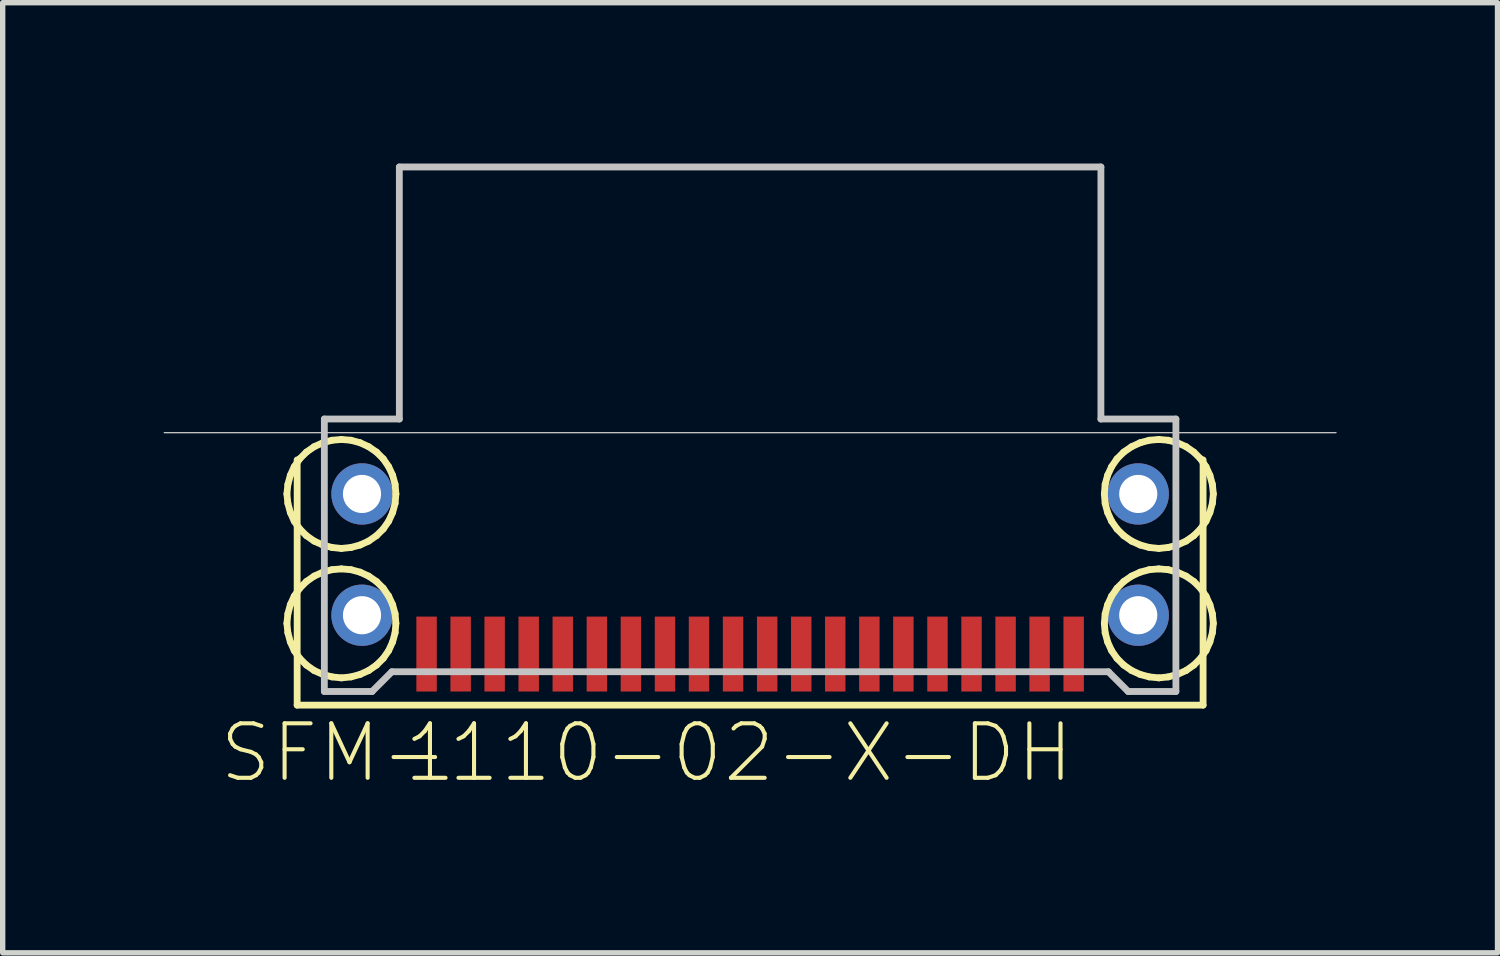
<source format=kicad_pcb>
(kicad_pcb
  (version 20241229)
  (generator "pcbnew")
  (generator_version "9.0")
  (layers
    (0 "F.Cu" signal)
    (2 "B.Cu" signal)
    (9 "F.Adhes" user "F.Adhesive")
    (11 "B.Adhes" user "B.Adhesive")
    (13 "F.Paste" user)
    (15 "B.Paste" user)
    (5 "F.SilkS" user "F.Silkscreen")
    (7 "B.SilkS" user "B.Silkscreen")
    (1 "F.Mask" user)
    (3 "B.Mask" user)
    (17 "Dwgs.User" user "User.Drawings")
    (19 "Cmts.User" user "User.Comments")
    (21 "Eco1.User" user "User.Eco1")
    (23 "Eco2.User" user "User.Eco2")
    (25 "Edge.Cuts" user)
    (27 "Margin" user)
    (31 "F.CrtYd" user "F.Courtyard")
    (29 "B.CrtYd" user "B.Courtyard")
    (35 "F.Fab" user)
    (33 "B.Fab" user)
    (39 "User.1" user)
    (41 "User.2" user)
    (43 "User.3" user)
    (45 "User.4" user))
  (footprint "SFM-110-02-X-DH"
    (layer "F.Cu")
    (at 10.935 5.016)
    (property "Reference" "SFM-110-02-X-DH" (at -1.93 5.969 0) (layer "F.SilkS") (effects (font (size 1.016 1.016) (thickness 0.076))))
    (attr smd)
    (fp_line (start -8.636 1.143) (end -8.618 0.965) (stroke (width 0.127) (type solid)) (layer "F.SilkS"))
    (fp_line (start -8.636 3.556) (end -8.618 3.378) (stroke (width 0.127) (type solid)) (layer "F.SilkS"))
    (fp_line (start -8.618 0.965) (end -8.572 0.795) (stroke (width 0.127) (type solid)) (layer "F.SilkS"))
    (fp_line (start -8.618 1.318) (end -8.636 1.143) (stroke (width 0.127) (type solid)) (layer "F.SilkS"))
    (fp_line (start -8.618 3.378) (end -8.572 3.208) (stroke (width 0.127) (type solid)) (layer "F.SilkS"))
    (fp_line (start -8.618 3.731) (end -8.636 3.556) (stroke (width 0.127) (type solid)) (layer "F.SilkS"))
    (fp_line (start -8.572 0.795) (end -8.499 0.635) (stroke (width 0.127) (type solid)) (layer "F.SilkS"))
    (fp_line (start -8.572 1.488) (end -8.618 1.318) (stroke (width 0.127) (type solid)) (layer "F.SilkS"))
    (fp_line (start -8.572 3.208) (end -8.499 3.048) (stroke (width 0.127) (type solid)) (layer "F.SilkS"))
    (fp_line (start -8.572 3.901) (end -8.618 3.731) (stroke (width 0.127) (type solid)) (layer "F.SilkS"))
    (fp_line (start -8.499 0.635) (end -8.397 0.488) (stroke (width 0.127) (type solid)) (layer "F.SilkS"))
    (fp_line (start -8.499 1.651) (end -8.572 1.488) (stroke (width 0.127) (type solid)) (layer "F.SilkS"))
    (fp_line (start -8.499 3.048) (end -8.397 2.901) (stroke (width 0.127) (type solid)) (layer "F.SilkS"))
    (fp_line (start -8.499 4.064) (end -8.572 3.901) (stroke (width 0.127) (type solid)) (layer "F.SilkS"))
    (fp_line (start -8.445 0.508) (end -8.445 5.08) (stroke (width 0.127) (type solid)) (layer "F.SilkS"))
    (fp_line (start -8.445 5.08) (end 8.445 5.08) (stroke (width 0.127) (type solid)) (layer "F.SilkS"))
    (fp_line (start -8.397 0.488) (end -8.273 0.363) (stroke (width 0.127) (type solid)) (layer "F.SilkS"))
    (fp_line (start -8.397 1.796) (end -8.499 1.651) (stroke (width 0.127) (type solid)) (layer "F.SilkS"))
    (fp_line (start -8.397 2.901) (end -8.273 2.776) (stroke (width 0.127) (type solid)) (layer "F.SilkS"))
    (fp_line (start -8.397 4.209) (end -8.499 4.064) (stroke (width 0.127) (type solid)) (layer "F.SilkS"))
    (fp_line (start -8.273 0.363) (end -8.128 0.262) (stroke (width 0.127) (type solid)) (layer "F.SilkS"))
    (fp_line (start -8.273 1.92) (end -8.397 1.796) (stroke (width 0.127) (type solid)) (layer "F.SilkS"))
    (fp_line (start -8.273 2.776) (end -8.128 2.675) (stroke (width 0.127) (type solid)) (layer "F.SilkS"))
    (fp_line (start -8.273 4.333) (end -8.397 4.209) (stroke (width 0.127) (type solid)) (layer "F.SilkS"))
    (fp_line (start -8.128 0.262) (end -7.965 0.188) (stroke (width 0.127) (type solid)) (layer "F.SilkS"))
    (fp_line (start -8.128 2.022) (end -8.273 1.92) (stroke (width 0.127) (type solid)) (layer "F.SilkS"))
    (fp_line (start -8.128 2.675) (end -7.965 2.601) (stroke (width 0.127) (type solid)) (layer "F.SilkS"))
    (fp_line (start -8.128 4.435) (end -8.273 4.333) (stroke (width 0.127) (type solid)) (layer "F.SilkS"))
    (fp_line (start -7.965 0.188) (end -7.795 0.142) (stroke (width 0.127) (type solid)) (layer "F.SilkS"))
    (fp_line (start -7.965 2.095) (end -8.128 2.022) (stroke (width 0.127) (type solid)) (layer "F.SilkS"))
    (fp_line (start -7.965 2.601) (end -7.795 2.555) (stroke (width 0.127) (type solid)) (layer "F.SilkS"))
    (fp_line (start -7.965 4.508) (end -8.128 4.435) (stroke (width 0.127) (type solid)) (layer "F.SilkS"))
    (fp_line (start -7.795 0.142) (end -7.62 0.127) (stroke (width 0.127) (type solid)) (layer "F.SilkS"))
    (fp_line (start -7.795 2.141) (end -7.965 2.095) (stroke (width 0.127) (type solid)) (layer "F.SilkS"))
    (fp_line (start -7.795 2.555) (end -7.62 2.54) (stroke (width 0.127) (type solid)) (layer "F.SilkS"))
    (fp_line (start -7.795 4.554) (end -7.965 4.508) (stroke (width 0.127) (type solid)) (layer "F.SilkS"))
    (fp_line (start -7.62 0.127) (end -7.442 0.142) (stroke (width 0.127) (type solid)) (layer "F.SilkS"))
    (fp_line (start -7.62 2.159) (end -7.795 2.141) (stroke (width 0.127) (type solid)) (layer "F.SilkS"))
    (fp_line (start -7.62 2.54) (end -7.442 2.555) (stroke (width 0.127) (type solid)) (layer "F.SilkS"))
    (fp_line (start -7.62 4.572) (end -7.795 4.554) (stroke (width 0.127) (type solid)) (layer "F.SilkS"))
    (fp_line (start -7.442 0.142) (end -7.272 0.188) (stroke (width 0.127) (type solid)) (layer "F.SilkS"))
    (fp_line (start -7.442 2.141) (end -7.62 2.159) (stroke (width 0.127) (type solid)) (layer "F.SilkS"))
    (fp_line (start -7.442 2.555) (end -7.272 2.601) (stroke (width 0.127) (type solid)) (layer "F.SilkS"))
    (fp_line (start -7.442 4.554) (end -7.62 4.572) (stroke (width 0.127) (type solid)) (layer "F.SilkS"))
    (fp_line (start -7.272 0.188) (end -7.112 0.262) (stroke (width 0.127) (type solid)) (layer "F.SilkS"))
    (fp_line (start -7.272 2.095) (end -7.442 2.141) (stroke (width 0.127) (type solid)) (layer "F.SilkS"))
    (fp_line (start -7.272 2.601) (end -7.112 2.675) (stroke (width 0.127) (type solid)) (layer "F.SilkS"))
    (fp_line (start -7.272 4.508) (end -7.442 4.554) (stroke (width 0.127) (type solid)) (layer "F.SilkS"))
    (fp_line (start -7.112 0.262) (end -6.965 0.363) (stroke (width 0.127) (type solid)) (layer "F.SilkS"))
    (fp_line (start -7.112 2.022) (end -7.272 2.095) (stroke (width 0.127) (type solid)) (layer "F.SilkS"))
    (fp_line (start -7.112 2.675) (end -6.965 2.776) (stroke (width 0.127) (type solid)) (layer "F.SilkS"))
    (fp_line (start -7.112 4.435) (end -7.272 4.508) (stroke (width 0.127) (type solid)) (layer "F.SilkS"))
    (fp_line (start -6.965 0.363) (end -6.84 0.488) (stroke (width 0.127) (type solid)) (layer "F.SilkS"))
    (fp_line (start -6.965 1.92) (end -7.112 2.022) (stroke (width 0.127) (type solid)) (layer "F.SilkS"))
    (fp_line (start -6.965 2.776) (end -6.84 2.901) (stroke (width 0.127) (type solid)) (layer "F.SilkS"))
    (fp_line (start -6.965 4.333) (end -7.112 4.435) (stroke (width 0.127) (type solid)) (layer "F.SilkS"))
    (fp_line (start -6.84 0.488) (end -6.739 0.635) (stroke (width 0.127) (type solid)) (layer "F.SilkS"))
    (fp_line (start -6.84 1.796) (end -6.965 1.92) (stroke (width 0.127) (type solid)) (layer "F.SilkS"))
    (fp_line (start -6.84 2.901) (end -6.739 3.048) (stroke (width 0.127) (type solid)) (layer "F.SilkS"))
    (fp_line (start -6.84 4.209) (end -6.965 4.333) (stroke (width 0.127) (type solid)) (layer "F.SilkS"))
    (fp_line (start -6.739 0.635) (end -6.665 0.795) (stroke (width 0.127) (type solid)) (layer "F.SilkS"))
    (fp_line (start -6.739 1.651) (end -6.84 1.796) (stroke (width 0.127) (type solid)) (layer "F.SilkS"))
    (fp_line (start -6.739 3.048) (end -6.665 3.208) (stroke (width 0.127) (type solid)) (layer "F.SilkS"))
    (fp_line (start -6.739 4.064) (end -6.84 4.209) (stroke (width 0.127) (type solid)) (layer "F.SilkS"))
    (fp_line (start -6.665 0.795) (end -6.619 0.965) (stroke (width 0.127) (type solid)) (layer "F.SilkS"))
    (fp_line (start -6.665 1.488) (end -6.739 1.651) (stroke (width 0.127) (type solid)) (layer "F.SilkS"))
    (fp_line (start -6.665 3.208) (end -6.619 3.378) (stroke (width 0.127) (type solid)) (layer "F.SilkS"))
    (fp_line (start -6.665 3.901) (end -6.739 4.064) (stroke (width 0.127) (type solid)) (layer "F.SilkS"))
    (fp_line (start -6.619 0.965) (end -6.604 1.143) (stroke (width 0.127) (type solid)) (layer "F.SilkS"))
    (fp_line (start -6.619 1.318) (end -6.665 1.488) (stroke (width 0.127) (type solid)) (layer "F.SilkS"))
    (fp_line (start -6.619 3.378) (end -6.604 3.556) (stroke (width 0.127) (type solid)) (layer "F.SilkS"))
    (fp_line (start -6.619 3.731) (end -6.665 3.901) (stroke (width 0.127) (type solid)) (layer "F.SilkS"))
    (fp_line (start -6.604 1.143) (end -6.619 1.318) (stroke (width 0.127) (type solid)) (layer "F.SilkS"))
    (fp_line (start -6.604 3.556) (end -6.619 3.731) (stroke (width 0.127) (type solid)) (layer "F.SilkS"))
    (fp_line (start 6.604 1.143) (end 6.619 0.965) (stroke (width 0.127) (type solid)) (layer "F.SilkS"))
    (fp_line (start 6.604 3.556) (end 6.619 3.378) (stroke (width 0.127) (type solid)) (layer "F.SilkS"))
    (fp_line (start 6.619 0.965) (end 6.665 0.795) (stroke (width 0.127) (type solid)) (layer "F.SilkS"))
    (fp_line (start 6.619 1.318) (end 6.604 1.143) (stroke (width 0.127) (type solid)) (layer "F.SilkS"))
    (fp_line (start 6.619 3.378) (end 6.665 3.208) (stroke (width 0.127) (type solid)) (layer "F.SilkS"))
    (fp_line (start 6.619 3.731) (end 6.604 3.556) (stroke (width 0.127) (type solid)) (layer "F.SilkS"))
    (fp_line (start 6.665 0.795) (end 6.739 0.635) (stroke (width 0.127) (type solid)) (layer "F.SilkS"))
    (fp_line (start 6.665 1.488) (end 6.619 1.318) (stroke (width 0.127) (type solid)) (layer "F.SilkS"))
    (fp_line (start 6.665 3.208) (end 6.739 3.048) (stroke (width 0.127) (type solid)) (layer "F.SilkS"))
    (fp_line (start 6.665 3.901) (end 6.619 3.731) (stroke (width 0.127) (type solid)) (layer "F.SilkS"))
    (fp_line (start 6.739 0.635) (end 6.84 0.488) (stroke (width 0.127) (type solid)) (layer "F.SilkS"))
    (fp_line (start 6.739 1.651) (end 6.665 1.488) (stroke (width 0.127) (type solid)) (layer "F.SilkS"))
    (fp_line (start 6.739 3.048) (end 6.84 2.901) (stroke (width 0.127) (type solid)) (layer "F.SilkS"))
    (fp_line (start 6.739 4.064) (end 6.665 3.901) (stroke (width 0.127) (type solid)) (layer "F.SilkS"))
    (fp_line (start 6.84 0.488) (end 6.965 0.363) (stroke (width 0.127) (type solid)) (layer "F.SilkS"))
    (fp_line (start 6.84 1.796) (end 6.739 1.651) (stroke (width 0.127) (type solid)) (layer "F.SilkS"))
    (fp_line (start 6.84 2.901) (end 6.965 2.776) (stroke (width 0.127) (type solid)) (layer "F.SilkS"))
    (fp_line (start 6.84 4.209) (end 6.739 4.064) (stroke (width 0.127) (type solid)) (layer "F.SilkS"))
    (fp_line (start 6.965 0.363) (end 7.112 0.262) (stroke (width 0.127) (type solid)) (layer "F.SilkS"))
    (fp_line (start 6.965 1.92) (end 6.84 1.796) (stroke (width 0.127) (type solid)) (layer "F.SilkS"))
    (fp_line (start 6.965 2.776) (end 7.112 2.675) (stroke (width 0.127) (type solid)) (layer "F.SilkS"))
    (fp_line (start 6.965 4.333) (end 6.84 4.209) (stroke (width 0.127) (type solid)) (layer "F.SilkS"))
    (fp_line (start 7.112 0.262) (end 7.272 0.188) (stroke (width 0.127) (type solid)) (layer "F.SilkS"))
    (fp_line (start 7.112 2.022) (end 6.965 1.92) (stroke (width 0.127) (type solid)) (layer "F.SilkS"))
    (fp_line (start 7.112 2.675) (end 7.272 2.601) (stroke (width 0.127) (type solid)) (layer "F.SilkS"))
    (fp_line (start 7.112 4.435) (end 6.965 4.333) (stroke (width 0.127) (type solid)) (layer "F.SilkS"))
    (fp_line (start 7.272 0.188) (end 7.442 0.142) (stroke (width 0.127) (type solid)) (layer "F.SilkS"))
    (fp_line (start 7.272 2.095) (end 7.112 2.022) (stroke (width 0.127) (type solid)) (layer "F.SilkS"))
    (fp_line (start 7.272 2.601) (end 7.442 2.555) (stroke (width 0.127) (type solid)) (layer "F.SilkS"))
    (fp_line (start 7.272 4.508) (end 7.112 4.435) (stroke (width 0.127) (type solid)) (layer "F.SilkS"))
    (fp_line (start 7.442 0.142) (end 7.62 0.127) (stroke (width 0.127) (type solid)) (layer "F.SilkS"))
    (fp_line (start 7.442 2.141) (end 7.272 2.095) (stroke (width 0.127) (type solid)) (layer "F.SilkS"))
    (fp_line (start 7.442 2.555) (end 7.62 2.54) (stroke (width 0.127) (type solid)) (layer "F.SilkS"))
    (fp_line (start 7.442 4.554) (end 7.272 4.508) (stroke (width 0.127) (type solid)) (layer "F.SilkS"))
    (fp_line (start 7.62 0.127) (end 7.795 0.142) (stroke (width 0.127) (type solid)) (layer "F.SilkS"))
    (fp_line (start 7.62 2.159) (end 7.442 2.141) (stroke (width 0.127) (type solid)) (layer "F.SilkS"))
    (fp_line (start 7.62 2.54) (end 7.795 2.555) (stroke (width 0.127) (type solid)) (layer "F.SilkS"))
    (fp_line (start 7.62 4.572) (end 7.442 4.554) (stroke (width 0.127) (type solid)) (layer "F.SilkS"))
    (fp_line (start 7.795 0.142) (end 7.965 0.188) (stroke (width 0.127) (type solid)) (layer "F.SilkS"))
    (fp_line (start 7.795 2.141) (end 7.62 2.159) (stroke (width 0.127) (type solid)) (layer "F.SilkS"))
    (fp_line (start 7.795 2.555) (end 7.965 2.601) (stroke (width 0.127) (type solid)) (layer "F.SilkS"))
    (fp_line (start 7.795 4.554) (end 7.62 4.572) (stroke (width 0.127) (type solid)) (layer "F.SilkS"))
    (fp_line (start 7.965 0.188) (end 8.128 0.262) (stroke (width 0.127) (type solid)) (layer "F.SilkS"))
    (fp_line (start 7.965 2.095) (end 7.795 2.141) (stroke (width 0.127) (type solid)) (layer "F.SilkS"))
    (fp_line (start 7.965 2.601) (end 8.128 2.675) (stroke (width 0.127) (type solid)) (layer "F.SilkS"))
    (fp_line (start 7.965 4.508) (end 7.795 4.554) (stroke (width 0.127) (type solid)) (layer "F.SilkS"))
    (fp_line (start 8.128 0.262) (end 8.273 0.363) (stroke (width 0.127) (type solid)) (layer "F.SilkS"))
    (fp_line (start 8.128 2.022) (end 7.965 2.095) (stroke (width 0.127) (type solid)) (layer "F.SilkS"))
    (fp_line (start 8.128 2.675) (end 8.273 2.776) (stroke (width 0.127) (type solid)) (layer "F.SilkS"))
    (fp_line (start 8.128 4.435) (end 7.965 4.508) (stroke (width 0.127) (type solid)) (layer "F.SilkS"))
    (fp_line (start 8.273 0.363) (end 8.397 0.488) (stroke (width 0.127) (type solid)) (layer "F.SilkS"))
    (fp_line (start 8.273 1.92) (end 8.128 2.022) (stroke (width 0.127) (type solid)) (layer "F.SilkS"))
    (fp_line (start 8.273 2.776) (end 8.397 2.901) (stroke (width 0.127) (type solid)) (layer "F.SilkS"))
    (fp_line (start 8.273 4.333) (end 8.128 4.435) (stroke (width 0.127) (type solid)) (layer "F.SilkS"))
    (fp_line (start 8.397 0.488) (end 8.499 0.635) (stroke (width 0.127) (type solid)) (layer "F.SilkS"))
    (fp_line (start 8.397 1.796) (end 8.273 1.92) (stroke (width 0.127) (type solid)) (layer "F.SilkS"))
    (fp_line (start 8.397 2.901) (end 8.499 3.048) (stroke (width 0.127) (type solid)) (layer "F.SilkS"))
    (fp_line (start 8.397 4.209) (end 8.273 4.333) (stroke (width 0.127) (type solid)) (layer "F.SilkS"))
    (fp_line (start 8.445 5.08) (end 8.445 0.508) (stroke (width 0.127) (type solid)) (layer "F.SilkS"))
    (fp_line (start 8.499 0.635) (end 8.572 0.795) (stroke (width 0.127) (type solid)) (layer "F.SilkS"))
    (fp_line (start 8.499 1.651) (end 8.397 1.796) (stroke (width 0.127) (type solid)) (layer "F.SilkS"))
    (fp_line (start 8.499 3.048) (end 8.572 3.208) (stroke (width 0.127) (type solid)) (layer "F.SilkS"))
    (fp_line (start 8.499 4.064) (end 8.397 4.209) (stroke (width 0.127) (type solid)) (layer "F.SilkS"))
    (fp_line (start 8.572 0.795) (end 8.618 0.965) (stroke (width 0.127) (type solid)) (layer "F.SilkS"))
    (fp_line (start 8.572 1.488) (end 8.499 1.651) (stroke (width 0.127) (type solid)) (layer "F.SilkS"))
    (fp_line (start 8.572 3.208) (end 8.618 3.378) (stroke (width 0.127) (type solid)) (layer "F.SilkS"))
    (fp_line (start 8.572 3.901) (end 8.499 4.064) (stroke (width 0.127) (type solid)) (layer "F.SilkS"))
    (fp_line (start 8.618 0.965) (end 8.636 1.143) (stroke (width 0.127) (type solid)) (layer "F.SilkS"))
    (fp_line (start 8.618 1.318) (end 8.572 1.488) (stroke (width 0.127) (type solid)) (layer "F.SilkS"))
    (fp_line (start 8.618 3.378) (end 8.636 3.556) (stroke (width 0.127) (type solid)) (layer "F.SilkS"))
    (fp_line (start 8.618 3.731) (end 8.572 3.901) (stroke (width 0.127) (type solid)) (layer "F.SilkS"))
    (fp_line (start 8.636 1.143) (end 8.618 1.318) (stroke (width 0.127) (type solid)) (layer "F.SilkS"))
    (fp_line (start 8.636 3.556) (end 8.618 3.731) (stroke (width 0.127) (type solid)) (layer "F.SilkS"))
    (fp_line (start -10.922 0) (end 10.922 0) (stroke (width 0.025) (type solid)) (layer "Dwgs.User"))
    (fp_line (start -7.938 -0.254) (end -6.54 -0.254) (stroke (width 0.127) (type solid)) (layer "Dwgs.User"))
    (fp_line (start -7.938 4.826) (end -7.938 -0.254) (stroke (width 0.127) (type solid)) (layer "Dwgs.User"))
    (fp_line (start -7.048 4.826) (end -7.938 4.826) (stroke (width 0.127) (type solid)) (layer "Dwgs.User"))
    (fp_line (start -6.68 4.458) (end -7.048 4.826) (stroke (width 0.127) (type solid)) (layer "Dwgs.User"))
    (fp_line (start -6.54 -4.953) (end 6.54 -4.953) (stroke (width 0.127) (type solid)) (layer "Dwgs.User"))
    (fp_line (start -6.54 -0.254) (end -6.54 -4.953) (stroke (width 0.127) (type solid)) (layer "Dwgs.User"))
    (fp_line (start 6.54 -4.953) (end 6.54 -0.254) (stroke (width 0.127) (type solid)) (layer "Dwgs.User"))
    (fp_line (start 6.54 -0.254) (end 7.938 -0.254) (stroke (width 0.127) (type solid)) (layer "Dwgs.User"))
    (fp_line (start 6.68 4.458) (end -6.68 4.458) (stroke (width 0.127) (type solid)) (layer "Dwgs.User"))
    (fp_line (start 7.048 4.826) (end 6.68 4.458) (stroke (width 0.127) (type solid)) (layer "Dwgs.User"))
    (fp_line (start 7.938 -0.254) (end 7.938 4.826) (stroke (width 0.127) (type solid)) (layer "Dwgs.User"))
    (fp_line (start 7.938 4.826) (end 7.048 4.826) (stroke (width 0.127) (type solid)) (layer "Dwgs.User"))
    (fp_text user "1" (at -5.969 5.969 0) (layer "F.SilkS") (effects (font (size 1.016 1.016) (thickness 0.076))))
    (pad "1" smd rect (at -6.032 4.128) (size 0.381 1.397) (layers "F.Cu" "F.Mask" "F.Paste"))
    (pad "2" smd rect (at -5.397 4.128) (size 0.381 1.397) (layers "F.Cu" "F.Mask" "F.Paste"))
    (pad "3" smd rect (at -4.763 4.128) (size 0.381 1.397) (layers "F.Cu" "F.Mask" "F.Paste"))
    (pad "4" smd rect (at -4.128 4.128) (size 0.381 1.397) (layers "F.Cu" "F.Mask" "F.Paste"))
    (pad "5" smd rect (at -3.493 4.128) (size 0.381 1.397) (layers "F.Cu" "F.Mask" "F.Paste"))
    (pad "6" smd rect (at -2.857 4.128) (size 0.381 1.397) (layers "F.Cu" "F.Mask" "F.Paste"))
    (pad "7" smd rect (at -2.223 4.128) (size 0.381 1.397) (layers "F.Cu" "F.Mask" "F.Paste"))
    (pad "8" smd rect (at -1.587 4.128) (size 0.381 1.397) (layers "F.Cu" "F.Mask" "F.Paste"))
    (pad "9" smd rect (at -0.953 4.128) (size 0.381 1.397) (layers "F.Cu" "F.Mask" "F.Paste"))
    (pad "10" smd rect (at -0.318 4.128) (size 0.381 1.397) (layers "F.Cu" "F.Mask" "F.Paste"))
    (pad "11" smd rect (at 0.318 4.128) (size 0.381 1.397) (layers "F.Cu" "F.Mask" "F.Paste"))
    (pad "12" smd rect (at 0.953 4.128) (size 0.381 1.397) (layers "F.Cu" "F.Mask" "F.Paste"))
    (pad "13" smd rect (at 1.587 4.128) (size 0.381 1.397) (layers "F.Cu" "F.Mask" "F.Paste"))
    (pad "14" smd rect (at 2.223 4.128) (size 0.381 1.397) (layers "F.Cu" "F.Mask" "F.Paste"))
    (pad "15" smd rect (at 2.857 4.128) (size 0.381 1.397) (layers "F.Cu" "F.Mask" "F.Paste"))
    (pad "16" smd rect (at 3.493 4.128) (size 0.381 1.397) (layers "F.Cu" "F.Mask" "F.Paste"))
    (pad "17" smd rect (at 4.128 4.128) (size 0.381 1.397) (layers "F.Cu" "F.Mask" "F.Paste"))
    (pad "18" smd rect (at 4.763 4.128) (size 0.381 1.397) (layers "F.Cu" "F.Mask" "F.Paste"))
    (pad "19" smd rect (at 5.397 4.128) (size 0.381 1.397) (layers "F.Cu" "F.Mask" "F.Paste"))
    (pad "20" smd rect (at 6.032 4.128) (size 0.381 1.397) (layers "F.Cu" "F.Mask" "F.Paste"))
    (pad "G1" thru_hole circle (at -7.236 1.143) (size 1.143 1.143) (drill 0.711) (layers "*.Cu" "*.Paste" "*.Mask"))
    (pad "G2" thru_hole circle (at 7.236 1.143) (size 1.143 1.143) (drill 0.711) (layers "*.Cu" "*.Paste" "*.Mask"))
    (pad "G3" thru_hole circle (at -7.236 3.404) (size 1.143 1.143) (drill 0.711) (layers "*.Cu" "*.Paste" "*.Mask"))
    (pad "G4" thru_hole circle (at 7.236 3.404) (size 1.143 1.143) (drill 0.711) (layers "*.Cu" "*.Paste" "*.Mask")))
  (gr_rect
    (start -3 -3)
    (end 24.869 14.714)
    (stroke (width 0.1) (type default))
    (fill no)
    (layer "Edge.Cuts")))
</source>
